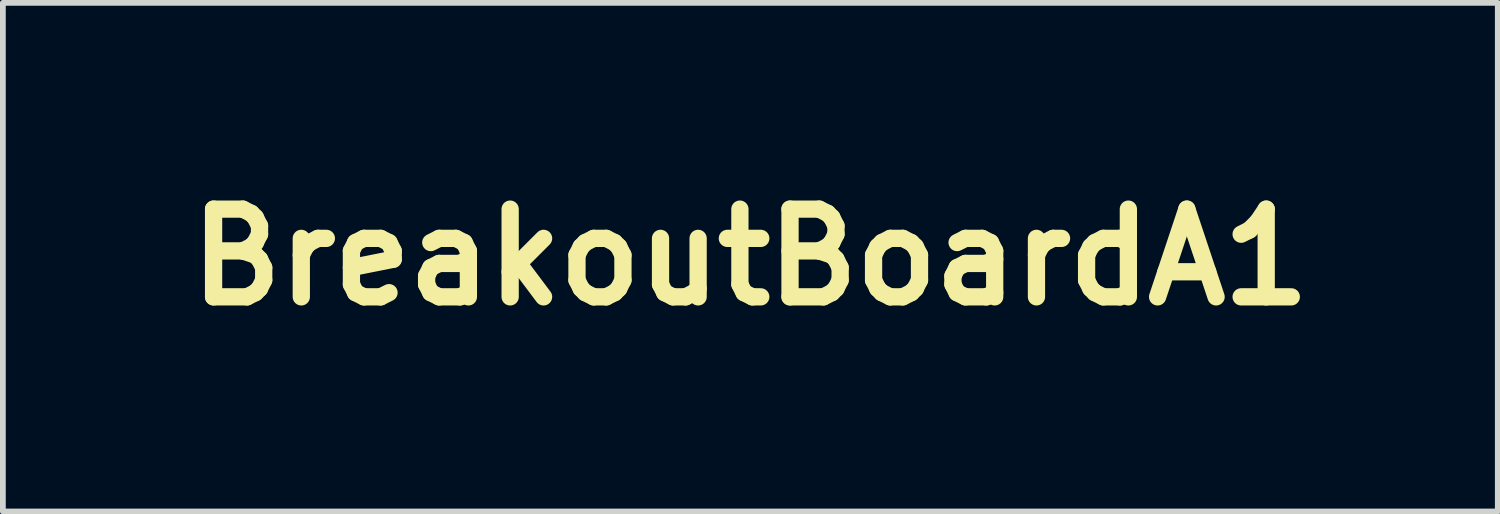
<source format=kicad_pcb>
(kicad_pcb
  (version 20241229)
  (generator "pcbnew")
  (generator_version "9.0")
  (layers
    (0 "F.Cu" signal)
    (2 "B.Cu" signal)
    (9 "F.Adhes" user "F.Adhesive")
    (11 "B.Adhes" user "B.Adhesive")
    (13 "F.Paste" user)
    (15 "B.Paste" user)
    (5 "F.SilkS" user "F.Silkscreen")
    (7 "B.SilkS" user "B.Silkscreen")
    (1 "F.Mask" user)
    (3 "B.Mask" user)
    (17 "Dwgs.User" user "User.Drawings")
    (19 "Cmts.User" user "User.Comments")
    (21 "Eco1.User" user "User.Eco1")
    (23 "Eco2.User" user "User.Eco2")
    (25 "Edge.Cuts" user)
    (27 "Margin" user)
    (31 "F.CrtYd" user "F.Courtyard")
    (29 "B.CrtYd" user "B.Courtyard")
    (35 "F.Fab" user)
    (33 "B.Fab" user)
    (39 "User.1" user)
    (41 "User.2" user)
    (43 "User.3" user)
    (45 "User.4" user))
  (footprint "BreakoutBoardA1"
    (layer "F.Cu")
    (at 9.986 1.418)
    (property "Reference" "BreakoutBoardA1" (at 0 0 0) (layer "F.SilkS") (effects (font (size 1.524 1.524) (thickness 0.3))))
    (attr through_hole)
    (fp_poly (pts (xy -3.353 -0.219) (xy -3.565 -0.219) (xy -3.565 -0.938) (xy -3.353 -0.938) (xy -3.353 -0.219)) (stroke (width 0.01) (type solid)) (fill yes) (layer "F.Mask"))
    (fp_poly (pts (xy -3.345 -1.067) (xy -3.572 -1.067) (xy -3.572 -1.272) (xy -3.345 -1.272) (xy -3.345 -1.067)) (stroke (width 0.01) (type solid)) (fill yes) (layer "F.Mask"))
    (fp_poly (pts (xy 7.349 1.09) (xy 7.569 1.09) (xy 7.569 1.272) (xy 6.91 1.272) (xy 6.91 1.09) (xy 7.13 1.09) (xy 7.13 0.802) (xy 7.129 0.738) (xy 7.129 0.679) (xy 7.129 0.626) (xy 7.128 0.582) (xy 7.127 0.547) (xy 7.126 0.524) (xy 7.125 0.515) (xy 7.125 0.515) (xy 7.117 0.518) (xy 7.099 0.528) (xy 7.072 0.543) (xy 7.04 0.562) (xy 7.028 0.569) (xy 6.995 0.588) (xy 6.966 0.605) (xy 6.944 0.618) (xy 6.932 0.625) (xy 6.931 0.626) (xy 6.929 0.62) (xy 6.927 0.602) (xy 6.926 0.574) (xy 6.925 0.539) (xy 6.925 0.532) (xy 6.925 0.435) (xy 7.07 0.35) (xy 7.215 0.265) (xy 7.349 0.265) (xy 7.349 1.09)) (stroke (width 0.01) (type solid)) (fill yes) (layer "F.Mask"))
    (fp_poly (pts (xy -3.622 0.855) (xy -3.49 0.704) (xy -3.359 0.553) (xy -3.102 0.553) (xy -3.14 0.596) (xy -3.156 0.615) (xy -3.18 0.642) (xy -3.211 0.677) (xy -3.244 0.715) (xy -3.28 0.755) (xy -3.291 0.768) (xy -3.405 0.896) (xy -3.388 0.916) (xy -3.379 0.926) (xy -3.361 0.947) (xy -3.337 0.975) (xy -3.307 1.01) (xy -3.272 1.05) (xy -3.235 1.093) (xy -3.232 1.096) (xy -3.195 1.138) (xy -3.162 1.177) (xy -3.134 1.21) (xy -3.112 1.237) (xy -3.096 1.255) (xy -3.089 1.264) (xy -3.089 1.265) (xy -3.096 1.267) (xy -3.115 1.269) (xy -3.145 1.27) (xy -3.184 1.271) (xy -3.215 1.272) (xy -3.344 1.272) (xy -3.483 1.112) (xy -3.622 0.952) (xy -3.624 1.112) (xy -3.626 1.272) (xy -3.837 1.272) (xy -3.837 0.227) (xy -3.625 0.227) (xy -3.622 0.855)) (stroke (width 0.01) (type solid)) (fill yes) (layer "F.Mask"))
    (fp_poly (pts (xy -6.005 0.539) (xy -5.991 0.544) (xy -5.984 0.556) (xy -5.98 0.576) (xy -5.979 0.607) (xy -5.979 0.645) (xy -5.979 0.685) (xy -5.98 0.712) (xy -5.981 0.729) (xy -5.984 0.737) (xy -5.988 0.739) (xy -5.992 0.738) (xy -6.007 0.734) (xy -6.03 0.729) (xy -6.051 0.725) (xy -6.1 0.722) (xy -6.147 0.731) (xy -6.188 0.751) (xy -6.221 0.78) (xy -6.239 0.809) (xy -6.242 0.824) (xy -6.245 0.853) (xy -6.247 0.896) (xy -6.249 0.953) (xy -6.251 1.022) (xy -6.252 1.048) (xy -6.255 1.268) (xy -6.363 1.27) (xy -6.471 1.272) (xy -6.471 0.963) (xy -6.471 0.894) (xy -6.472 0.828) (xy -6.472 0.766) (xy -6.473 0.711) (xy -6.474 0.665) (xy -6.475 0.63) (xy -6.476 0.607) (xy -6.476 0.603) (xy -6.481 0.552) (xy -6.379 0.554) (xy -6.278 0.556) (xy -6.272 0.611) (xy -6.265 0.667) (xy -6.244 0.633) (xy -6.209 0.592) (xy -6.165 0.561) (xy -6.112 0.543) (xy -6.057 0.538) (xy -6.027 0.537) (xy -6.005 0.539)) (stroke (width 0.01) (type solid)) (fill yes) (layer "F.Mask"))
    (fp_poly (pts (xy -0.677 0.325) (xy -0.675 0.345) (xy -0.674 0.374) (xy -0.674 0.412) (xy -0.674 0.435) (xy -0.674 0.553) (xy -0.492 0.553) (xy -0.492 0.711) (xy -0.674 0.711) (xy -0.674 0.863) (xy -0.673 0.918) (xy -0.673 0.96) (xy -0.671 0.992) (xy -0.669 1.015) (xy -0.665 1.033) (xy -0.661 1.045) (xy -0.647 1.071) (xy -0.625 1.088) (xy -0.595 1.097) (xy -0.554 1.1) (xy -0.547 1.1) (xy -0.492 1.1) (xy -0.492 1.262) (xy -0.526 1.271) (xy -0.561 1.276) (xy -0.603 1.278) (xy -0.648 1.277) (xy -0.689 1.273) (xy -0.712 1.267) (xy -0.766 1.243) (xy -0.812 1.208) (xy -0.848 1.162) (xy -0.872 1.11) (xy -0.877 1.089) (xy -0.88 1.07) (xy -0.882 1.039) (xy -0.884 0.999) (xy -0.885 0.952) (xy -0.885 0.901) (xy -0.886 0.881) (xy -0.886 0.711) (xy -1.022 0.711) (xy -1.022 0.553) (xy -0.886 0.553) (xy -0.886 0.381) (xy -0.785 0.349) (xy -0.748 0.338) (xy -0.716 0.328) (xy -0.693 0.322) (xy -0.68 0.318) (xy -0.679 0.318) (xy -0.677 0.325)) (stroke (width 0.01) (type solid)) (fill yes) (layer "F.Mask"))
    (fp_poly (pts (xy 3.567 -1.169) (xy 3.569 -1.159) (xy 3.571 -1.139) (xy 3.572 -1.107) (xy 3.572 -1.061) (xy 3.572 -1.057) (xy 3.572 -0.938) (xy 3.754 -0.938) (xy 3.754 -0.772) (xy 3.571 -0.772) (xy 3.574 -0.615) (xy 3.575 -0.561) (xy 3.576 -0.519) (xy 3.578 -0.488) (xy 3.58 -0.466) (xy 3.583 -0.45) (xy 3.587 -0.438) (xy 3.59 -0.433) (xy 3.611 -0.407) (xy 3.643 -0.392) (xy 3.686 -0.387) (xy 3.707 -0.387) (xy 3.754 -0.391) (xy 3.75 -0.224) (xy 3.729 -0.219) (xy 3.696 -0.213) (xy 3.654 -0.209) (xy 3.612 -0.209) (xy 3.576 -0.211) (xy 3.576 -0.212) (xy 3.516 -0.227) (xy 3.464 -0.255) (xy 3.423 -0.292) (xy 3.401 -0.322) (xy 3.389 -0.345) (xy 3.379 -0.369) (xy 3.372 -0.394) (xy 3.367 -0.425) (xy 3.363 -0.462) (xy 3.361 -0.509) (xy 3.361 -0.567) (xy 3.361 -0.604) (xy 3.36 -0.772) (xy 3.224 -0.772) (xy 3.224 -0.938) (xy 3.36 -0.938) (xy 3.36 -1.104) (xy 3.457 -1.136) (xy 3.493 -1.148) (xy 3.525 -1.158) (xy 3.549 -1.166) (xy 3.562 -1.171) (xy 3.563 -1.171) (xy 3.567 -1.169)) (stroke (width 0.01) (type solid)) (fill yes) (layer "F.Mask"))
    (fp_poly (pts (xy 3.863 0.539) (xy 3.877 0.545) (xy 3.886 0.556) (xy 3.889 0.576) (xy 3.89 0.607) (xy 3.89 0.645) (xy 3.89 0.685) (xy 3.889 0.712) (xy 3.888 0.729) (xy 3.885 0.737) (xy 3.881 0.739) (xy 3.877 0.738) (xy 3.826 0.724) (xy 3.775 0.722) (xy 3.728 0.729) (xy 3.686 0.747) (xy 3.654 0.773) (xy 3.644 0.786) (xy 3.635 0.803) (xy 3.627 0.822) (xy 3.621 0.846) (xy 3.616 0.876) (xy 3.613 0.914) (xy 3.611 0.962) (xy 3.61 1.021) (xy 3.61 1.083) (xy 3.61 1.272) (xy 3.398 1.272) (xy 3.398 0.981) (xy 3.398 0.913) (xy 3.398 0.847) (xy 3.397 0.785) (xy 3.396 0.729) (xy 3.396 0.682) (xy 3.394 0.645) (xy 3.393 0.622) (xy 3.393 0.622) (xy 3.388 0.553) (xy 3.487 0.553) (xy 3.529 0.552) (xy 3.557 0.553) (xy 3.576 0.556) (xy 3.587 0.564) (xy 3.593 0.576) (xy 3.596 0.596) (xy 3.599 0.623) (xy 3.604 0.667) (xy 3.625 0.634) (xy 3.66 0.592) (xy 3.704 0.562) (xy 3.756 0.543) (xy 3.807 0.538) (xy 3.84 0.538) (xy 3.863 0.539)) (stroke (width 0.01) (type solid)) (fill yes) (layer "F.Mask"))
    (fp_poly (pts (xy -6.348 -0.937) (xy -6.24 -0.935) (xy -6.236 -0.685) (xy -6.235 -0.61) (xy -6.234 -0.549) (xy -6.232 -0.501) (xy -6.23 -0.465) (xy -6.228 -0.439) (xy -6.225 -0.424) (xy -6.223 -0.418) (xy -6.202 -0.397) (xy -6.171 -0.383) (xy -6.131 -0.378) (xy -6.086 -0.383) (xy -6.049 -0.399) (xy -6.019 -0.427) (xy -5.999 -0.458) (xy -5.995 -0.467) (xy -5.991 -0.477) (xy -5.988 -0.49) (xy -5.986 -0.507) (xy -5.984 -0.53) (xy -5.983 -0.561) (xy -5.982 -0.602) (xy -5.981 -0.654) (xy -5.98 -0.713) (xy -5.978 -0.938) (xy -5.767 -0.938) (xy -5.767 -0.219) (xy -5.972 -0.219) (xy -5.972 -0.265) (xy -5.972 -0.289) (xy -5.974 -0.305) (xy -5.976 -0.31) (xy -5.983 -0.305) (xy -5.995 -0.292) (xy -6.003 -0.284) (xy -6.04 -0.252) (xy -6.087 -0.229) (xy -6.141 -0.214) (xy -6.198 -0.208) (xy -6.25 -0.212) (xy -6.309 -0.229) (xy -6.359 -0.257) (xy -6.398 -0.297) (xy -6.426 -0.347) (xy -6.445 -0.409) (xy -6.448 -0.424) (xy -6.45 -0.444) (xy -6.452 -0.477) (xy -6.453 -0.52) (xy -6.455 -0.571) (xy -6.455 -0.628) (xy -6.456 -0.688) (xy -6.456 -0.706) (xy -6.456 -0.939) (xy -6.348 -0.937)) (stroke (width 0.01) (type solid)) (fill yes) (layer "F.Mask"))
    (fp_poly (pts (xy 5.444 -0.948) (xy 5.459 -0.943) (xy 5.467 -0.931) (xy 5.471 -0.91) (xy 5.472 -0.879) (xy 5.472 -0.841) (xy 5.472 -0.742) (xy 5.441 -0.753) (xy 5.396 -0.763) (xy 5.349 -0.764) (xy 5.304 -0.755) (xy 5.265 -0.738) (xy 5.24 -0.718) (xy 5.228 -0.704) (xy 5.218 -0.69) (xy 5.211 -0.674) (xy 5.205 -0.654) (xy 5.201 -0.629) (xy 5.198 -0.595) (xy 5.196 -0.553) (xy 5.195 -0.499) (xy 5.194 -0.431) (xy 5.193 -0.43) (xy 5.191 -0.219) (xy 4.98 -0.219) (xy 4.98 -0.517) (xy 4.98 -0.585) (xy 4.98 -0.651) (xy 4.979 -0.713) (xy 4.978 -0.768) (xy 4.977 -0.815) (xy 4.976 -0.851) (xy 4.975 -0.874) (xy 4.975 -0.876) (xy 4.97 -0.938) (xy 5.069 -0.938) (xy 5.111 -0.939) (xy 5.139 -0.938) (xy 5.158 -0.935) (xy 5.169 -0.927) (xy 5.175 -0.915) (xy 5.178 -0.894) (xy 5.181 -0.868) (xy 5.184 -0.843) (xy 5.186 -0.832) (xy 5.19 -0.832) (xy 5.197 -0.84) (xy 5.198 -0.841) (xy 5.235 -0.886) (xy 5.28 -0.921) (xy 5.294 -0.929) (xy 5.319 -0.941) (xy 5.343 -0.947) (xy 5.374 -0.949) (xy 5.389 -0.95) (xy 5.421 -0.95) (xy 5.444 -0.948)) (stroke (width 0.01) (type solid)) (fill yes) (layer "F.Mask"))
    (fp_poly (pts (xy -5.253 -0.706) (xy -5.252 -0.645) (xy -5.252 -0.588) (xy -5.25 -0.538) (xy -5.249 -0.497) (xy -5.247 -0.466) (xy -5.245 -0.448) (xy -5.245 -0.446) (xy -5.231 -0.415) (xy -5.21 -0.395) (xy -5.178 -0.383) (xy -5.15 -0.38) (xy -5.121 -0.379) (xy -5.099 -0.382) (xy -5.08 -0.39) (xy -5.069 -0.396) (xy -5.04 -0.42) (xy -5.018 -0.448) (xy -5.013 -0.457) (xy -5.008 -0.467) (xy -5.005 -0.477) (xy -5.003 -0.492) (xy -5.001 -0.511) (xy -4.999 -0.537) (xy -4.998 -0.572) (xy -4.998 -0.618) (xy -4.997 -0.676) (xy -4.997 -0.71) (xy -4.994 -0.939) (xy -4.887 -0.937) (xy -4.78 -0.935) (xy -4.778 -0.577) (xy -4.776 -0.219) (xy -4.988 -0.219) (xy -4.988 -0.315) (xy -5.028 -0.276) (xy -5.076 -0.24) (xy -5.13 -0.217) (xy -5.191 -0.208) (xy -5.256 -0.212) (xy -5.317 -0.227) (xy -5.367 -0.253) (xy -5.406 -0.29) (xy -5.423 -0.314) (xy -5.435 -0.334) (xy -5.444 -0.354) (xy -5.451 -0.375) (xy -5.457 -0.399) (xy -5.461 -0.427) (xy -5.464 -0.462) (xy -5.466 -0.506) (xy -5.467 -0.56) (xy -5.467 -0.626) (xy -5.468 -0.685) (xy -5.468 -0.935) (xy -5.36 -0.937) (xy -5.253 -0.939) (xy -5.253 -0.706)) (stroke (width 0.01) (type solid)) (fill yes) (layer "F.Mask"))
    (fp_poly (pts (xy -4.45 -0.939) (xy -4.416 -0.938) (xy -4.387 -0.936) (xy -4.365 -0.933) (xy -4.354 -0.929) (xy -4.354 -0.929) (xy -4.349 -0.92) (xy -4.34 -0.898) (xy -4.327 -0.866) (xy -4.311 -0.826) (xy -4.292 -0.78) (xy -4.272 -0.73) (xy -4.252 -0.678) (xy -4.232 -0.629) (xy -4.215 -0.585) (xy -4.2 -0.548) (xy -4.189 -0.521) (xy -4.184 -0.507) (xy -4.169 -0.473) (xy -4.094 -0.658) (xy -4.073 -0.711) (xy -4.052 -0.762) (xy -4.033 -0.808) (xy -4.017 -0.847) (xy -4.005 -0.876) (xy -3.999 -0.891) (xy -3.979 -0.939) (xy -3.878 -0.937) (xy -3.837 -0.935) (xy -3.804 -0.933) (xy -3.784 -0.93) (xy -3.776 -0.927) (xy -3.776 -0.927) (xy -3.779 -0.919) (xy -3.788 -0.898) (xy -3.801 -0.866) (xy -3.819 -0.825) (xy -3.84 -0.774) (xy -3.865 -0.717) (xy -3.893 -0.654) (xy -3.922 -0.586) (xy -3.93 -0.57) (xy -4.083 -0.22) (xy -4.174 -0.22) (xy -4.266 -0.219) (xy -4.419 -0.57) (xy -4.448 -0.638) (xy -4.476 -0.703) (xy -4.502 -0.762) (xy -4.524 -0.814) (xy -4.543 -0.858) (xy -4.557 -0.893) (xy -4.567 -0.917) (xy -4.571 -0.929) (xy -4.571 -0.929) (xy -4.564 -0.933) (xy -4.546 -0.936) (xy -4.518 -0.938) (xy -4.485 -0.939) (xy -4.45 -0.939)) (stroke (width 0.01) (type solid)) (fill yes) (layer "F.Mask"))
    (fp_poly (pts (xy -1.717 0.802) (xy -1.716 0.87) (xy -1.715 0.925) (xy -1.714 0.967) (xy -1.713 1) (xy -1.712 1.024) (xy -1.71 1.042) (xy -1.708 1.054) (xy -1.705 1.062) (xy -1.701 1.069) (xy -1.698 1.072) (xy -1.674 1.094) (xy -1.64 1.107) (xy -1.603 1.11) (xy -1.564 1.104) (xy -1.529 1.088) (xy -1.528 1.087) (xy -1.508 1.07) (xy -1.49 1.047) (xy -1.483 1.037) (xy -1.478 1.027) (xy -1.474 1.017) (xy -1.47 1.006) (xy -1.468 0.992) (xy -1.466 0.972) (xy -1.465 0.945) (xy -1.464 0.91) (xy -1.463 0.864) (xy -1.462 0.805) (xy -1.462 0.778) (xy -1.46 0.553) (xy -1.241 0.553) (xy -1.243 0.91) (xy -1.245 1.268) (xy -1.349 1.27) (xy -1.453 1.272) (xy -1.453 1.172) (xy -1.487 1.207) (xy -1.522 1.238) (xy -1.558 1.258) (xy -1.6 1.271) (xy -1.652 1.276) (xy -1.661 1.277) (xy -1.705 1.277) (xy -1.741 1.273) (xy -1.76 1.269) (xy -1.816 1.244) (xy -1.861 1.208) (xy -1.895 1.163) (xy -1.916 1.113) (xy -1.921 1.099) (xy -1.924 1.084) (xy -1.927 1.067) (xy -1.929 1.047) (xy -1.931 1.021) (xy -1.933 0.987) (xy -1.934 0.944) (xy -1.935 0.89) (xy -1.936 0.823) (xy -1.936 0.808) (xy -1.939 0.553) (xy -1.719 0.553) (xy -1.717 0.802)) (stroke (width 0.01) (type solid)) (fill yes) (layer "F.Mask"))
    (fp_poly (pts (xy -4.504 0.543) (xy -4.447 0.567) (xy -4.397 0.603) (xy -4.392 0.608) (xy -4.359 0.639) (xy -4.359 0.553) (xy -4.148 0.553) (xy -4.148 1.272) (xy -4.252 1.27) (xy -4.356 1.268) (xy -4.358 1.224) (xy -4.36 1.18) (xy -4.398 1.214) (xy -4.444 1.246) (xy -4.499 1.267) (xy -4.558 1.278) (xy -4.62 1.277) (xy -4.679 1.265) (xy -4.727 1.246) (xy -4.766 1.221) (xy -4.803 1.187) (xy -4.806 1.184) (xy -4.845 1.13) (xy -4.874 1.066) (xy -4.891 0.993) (xy -4.897 0.912) (xy -4.897 0.91) (xy -4.895 0.888) (xy -4.683 0.888) (xy -4.683 0.942) (xy -4.674 0.993) (xy -4.656 1.037) (xy -4.632 1.072) (xy -4.602 1.095) (xy -4.564 1.108) (xy -4.52 1.113) (xy -4.476 1.109) (xy -4.443 1.098) (xy -4.409 1.072) (xy -4.384 1.036) (xy -4.367 0.989) (xy -4.36 0.929) (xy -4.359 0.905) (xy -4.364 0.843) (xy -4.379 0.791) (xy -4.403 0.75) (xy -4.437 0.721) (xy -4.476 0.705) (xy -4.527 0.699) (xy -4.572 0.706) (xy -4.611 0.727) (xy -4.643 0.761) (xy -4.666 0.807) (xy -4.674 0.833) (xy -4.683 0.888) (xy -4.895 0.888) (xy -4.891 0.829) (xy -4.874 0.756) (xy -4.846 0.692) (xy -4.808 0.637) (xy -4.762 0.593) (xy -4.706 0.56) (xy -4.643 0.54) (xy -4.631 0.537) (xy -4.566 0.533) (xy -4.504 0.543)) (stroke (width 0.01) (type solid)) (fill yes) (layer "F.Mask"))
    (fp_poly (pts (xy 2.726 0.541) (xy 2.782 0.561) (xy 2.833 0.594) (xy 2.851 0.611) (xy 2.884 0.643) (xy 2.884 0.553) (xy 3.096 0.553) (xy 3.096 1.272) (xy 2.884 1.272) (xy 2.884 1.171) (xy 2.853 1.203) (xy 2.811 1.238) (xy 2.764 1.261) (xy 2.709 1.274) (xy 2.668 1.277) (xy 2.625 1.277) (xy 2.589 1.273) (xy 2.57 1.269) (xy 2.504 1.24) (xy 2.45 1.202) (xy 2.407 1.153) (xy 2.375 1.094) (xy 2.354 1.024) (xy 2.344 0.944) (xy 2.343 0.908) (xy 2.343 0.907) (xy 2.557 0.907) (xy 2.56 0.968) (xy 2.573 1.018) (xy 2.593 1.057) (xy 2.624 1.086) (xy 2.638 1.095) (xy 2.671 1.107) (xy 2.711 1.113) (xy 2.752 1.111) (xy 2.787 1.102) (xy 2.79 1.1) (xy 2.824 1.076) (xy 2.85 1.042) (xy 2.868 1) (xy 2.879 0.952) (xy 2.882 0.903) (xy 2.878 0.853) (xy 2.865 0.806) (xy 2.845 0.765) (xy 2.816 0.732) (xy 2.799 0.719) (xy 2.758 0.703) (xy 2.714 0.699) (xy 2.67 0.707) (xy 2.63 0.726) (xy 2.611 0.742) (xy 2.583 0.779) (xy 2.565 0.827) (xy 2.557 0.885) (xy 2.557 0.907) (xy 2.343 0.907) (xy 2.346 0.838) (xy 2.356 0.778) (xy 2.375 0.725) (xy 2.403 0.674) (xy 2.407 0.667) (xy 2.448 0.618) (xy 2.497 0.58) (xy 2.551 0.552) (xy 2.609 0.537) (xy 2.668 0.533) (xy 2.726 0.541)) (stroke (width 0.01) (type solid)) (fill yes) (layer "F.Mask"))
    (fp_poly (pts (xy 2.874 -0.948) (xy 2.917 -0.939) (xy 2.956 -0.927) (xy 2.994 -0.912) (xy 3.026 -0.896) (xy 3.051 -0.881) (xy 3.059 -0.873) (xy 3.061 -0.862) (xy 3.058 -0.841) (xy 3.048 -0.809) (xy 3.031 -0.765) (xy 3.023 -0.745) (xy 3.012 -0.719) (xy 2.972 -0.741) (xy 2.914 -0.768) (xy 2.858 -0.782) (xy 2.804 -0.785) (xy 2.754 -0.777) (xy 2.712 -0.757) (xy 2.678 -0.726) (xy 2.658 -0.692) (xy 2.644 -0.648) (xy 2.637 -0.6) (xy 2.637 -0.553) (xy 2.648 -0.495) (xy 2.668 -0.449) (xy 2.698 -0.414) (xy 2.737 -0.39) (xy 2.776 -0.378) (xy 2.826 -0.374) (xy 2.881 -0.381) (xy 2.934 -0.398) (xy 2.981 -0.424) (xy 2.987 -0.428) (xy 3.011 -0.446) (xy 3.038 -0.376) (xy 3.05 -0.346) (xy 3.059 -0.321) (xy 3.064 -0.304) (xy 3.065 -0.299) (xy 3.059 -0.289) (xy 3.041 -0.276) (xy 3.017 -0.261) (xy 2.987 -0.246) (xy 2.981 -0.243) (xy 2.933 -0.228) (xy 2.877 -0.216) (xy 2.817 -0.209) (xy 2.76 -0.208) (xy 2.72 -0.212) (xy 2.657 -0.227) (xy 2.597 -0.251) (xy 2.545 -0.282) (xy 2.502 -0.319) (xy 2.491 -0.331) (xy 2.456 -0.387) (xy 2.432 -0.451) (xy 2.418 -0.52) (xy 2.416 -0.591) (xy 2.424 -0.662) (xy 2.443 -0.729) (xy 2.472 -0.789) (xy 2.485 -0.809) (xy 2.532 -0.86) (xy 2.588 -0.9) (xy 2.652 -0.93) (xy 2.722 -0.948) (xy 2.797 -0.954) (xy 2.874 -0.948)) (stroke (width 0.01) (type solid)) (fill yes) (layer "F.Mask"))
    (fp_poly (pts (xy 4.814 1.272) (xy 4.602 1.272) (xy 4.602 1.17) (xy 4.579 1.198) (xy 4.559 1.216) (xy 4.53 1.236) (xy 4.506 1.25) (xy 4.478 1.263) (xy 4.453 1.271) (xy 4.426 1.275) (xy 4.391 1.276) (xy 4.357 1.277) (xy 4.325 1.275) (xy 4.301 1.272) (xy 4.297 1.271) (xy 4.243 1.251) (xy 4.193 1.217) (xy 4.166 1.192) (xy 4.125 1.145) (xy 4.096 1.092) (xy 4.076 1.031) (xy 4.066 0.962) (xy 4.063 0.904) (xy 4.276 0.904) (xy 4.281 0.964) (xy 4.295 1.016) (xy 4.318 1.058) (xy 4.348 1.089) (xy 4.375 1.104) (xy 4.4 1.11) (xy 4.433 1.112) (xy 4.468 1.11) (xy 4.497 1.105) (xy 4.505 1.102) (xy 4.542 1.078) (xy 4.571 1.042) (xy 4.59 0.994) (xy 4.599 0.935) (xy 4.6 0.93) (xy 4.599 0.868) (xy 4.588 0.815) (xy 4.567 0.77) (xy 4.539 0.735) (xy 4.503 0.711) (xy 4.461 0.699) (xy 4.413 0.701) (xy 4.399 0.704) (xy 4.355 0.721) (xy 4.32 0.749) (xy 4.296 0.789) (xy 4.281 0.84) (xy 4.276 0.902) (xy 4.276 0.904) (xy 4.063 0.904) (xy 4.066 0.838) (xy 4.074 0.782) (xy 4.09 0.733) (xy 4.108 0.693) (xy 4.144 0.64) (xy 4.189 0.597) (xy 4.241 0.565) (xy 4.297 0.544) (xy 4.356 0.534) (xy 4.415 0.536) (xy 4.473 0.55) (xy 4.527 0.576) (xy 4.569 0.609) (xy 4.602 0.641) (xy 4.602 0.227) (xy 4.814 0.227) (xy 4.814 1.272)) (stroke (width 0.01) (type solid)) (fill yes) (layer "F.Mask"))
    (fp_poly (pts (xy 1.775 0.536) (xy 1.85 0.55) (xy 1.919 0.574) (xy 1.933 0.58) (xy 1.984 0.615) (xy 2.027 0.659) (xy 2.062 0.713) (xy 2.087 0.773) (xy 2.102 0.837) (xy 2.108 0.903) (xy 2.104 0.97) (xy 2.09 1.035) (xy 2.066 1.096) (xy 2.031 1.151) (xy 2.005 1.18) (xy 1.958 1.219) (xy 1.906 1.247) (xy 1.847 1.265) (xy 1.778 1.275) (xy 1.752 1.276) (xy 1.715 1.276) (xy 1.679 1.276) (xy 1.651 1.274) (xy 1.639 1.272) (xy 1.567 1.249) (xy 1.505 1.216) (xy 1.453 1.171) (xy 1.411 1.118) (xy 1.381 1.056) (xy 1.362 0.986) (xy 1.356 0.91) (xy 1.356 0.904) (xy 1.573 0.904) (xy 1.573 0.912) (xy 1.576 0.97) (xy 1.586 1.016) (xy 1.604 1.052) (xy 1.618 1.07) (xy 1.642 1.091) (xy 1.669 1.104) (xy 1.701 1.11) (xy 1.741 1.111) (xy 1.773 1.109) (xy 1.795 1.105) (xy 1.812 1.098) (xy 1.827 1.088) (xy 1.853 1.062) (xy 1.872 1.032) (xy 1.884 0.994) (xy 1.89 0.945) (xy 1.891 0.932) (xy 1.891 0.871) (xy 1.885 0.822) (xy 1.872 0.783) (xy 1.853 0.754) (xy 1.825 0.726) (xy 1.795 0.71) (xy 1.758 0.702) (xy 1.733 0.701) (xy 1.691 0.704) (xy 1.657 0.716) (xy 1.628 0.737) (xy 1.614 0.753) (xy 1.595 0.78) (xy 1.582 0.812) (xy 1.575 0.852) (xy 1.573 0.904) (xy 1.356 0.904) (xy 1.362 0.833) (xy 1.38 0.761) (xy 1.411 0.697) (xy 1.453 0.642) (xy 1.506 0.597) (xy 1.569 0.563) (xy 1.627 0.544) (xy 1.699 0.534) (xy 1.775 0.536)) (stroke (width 0.01) (type solid)) (fill yes) (layer "F.Mask"))
    (fp_poly (pts (xy 0.031 -0.949) (xy 0.059 -0.947) (xy 0.081 -0.943) (xy 0.102 -0.936) (xy 0.112 -0.932) (xy 0.158 -0.903) (xy 0.195 -0.862) (xy 0.223 -0.812) (xy 0.229 -0.795) (xy 0.233 -0.781) (xy 0.237 -0.767) (xy 0.239 -0.751) (xy 0.242 -0.731) (xy 0.244 -0.706) (xy 0.245 -0.674) (xy 0.246 -0.633) (xy 0.247 -0.581) (xy 0.248 -0.516) (xy 0.248 -0.482) (xy 0.251 -0.219) (xy 0.03 -0.219) (xy 0.03 -0.458) (xy 0.03 -0.531) (xy 0.03 -0.591) (xy 0.028 -0.639) (xy 0.026 -0.677) (xy 0.023 -0.705) (xy 0.018 -0.727) (xy 0.012 -0.743) (xy 0.005 -0.754) (xy -0.005 -0.763) (xy -0.012 -0.768) (xy -0.047 -0.782) (xy -0.087 -0.786) (xy -0.128 -0.779) (xy -0.166 -0.762) (xy -0.189 -0.742) (xy -0.202 -0.729) (xy -0.211 -0.715) (xy -0.219 -0.699) (xy -0.225 -0.68) (xy -0.229 -0.654) (xy -0.232 -0.622) (xy -0.233 -0.581) (xy -0.234 -0.528) (xy -0.235 -0.463) (xy -0.235 -0.436) (xy -0.235 -0.219) (xy -0.444 -0.219) (xy -0.449 -0.554) (xy -0.45 -0.625) (xy -0.452 -0.692) (xy -0.453 -0.753) (xy -0.454 -0.807) (xy -0.456 -0.851) (xy -0.457 -0.885) (xy -0.458 -0.907) (xy -0.459 -0.914) (xy -0.463 -0.938) (xy -0.259 -0.938) (xy -0.255 -0.903) (xy -0.252 -0.877) (xy -0.25 -0.853) (xy -0.25 -0.847) (xy -0.249 -0.837) (xy -0.246 -0.834) (xy -0.239 -0.839) (xy -0.224 -0.853) (xy -0.211 -0.867) (xy -0.182 -0.893) (xy -0.151 -0.917) (xy -0.13 -0.929) (xy -0.108 -0.938) (xy -0.089 -0.944) (xy -0.067 -0.948) (xy -0.038 -0.949) (xy -0.008 -0.95) (xy 0.031 -0.949)) (stroke (width 0.01) (type solid)) (fill yes) (layer "F.Mask"))
    (fp_poly (pts (xy 4.393 -0.951) (xy 4.461 -0.937) (xy 4.526 -0.912) (xy 4.583 -0.876) (xy 4.614 -0.848) (xy 4.652 -0.8) (xy 4.682 -0.742) (xy 4.703 -0.677) (xy 4.714 -0.608) (xy 4.715 -0.575) (xy 4.711 -0.528) (xy 4.7 -0.475) (xy 4.684 -0.423) (xy 4.67 -0.388) (xy 4.637 -0.338) (xy 4.593 -0.294) (xy 4.541 -0.257) (xy 4.483 -0.23) (xy 4.449 -0.22) (xy 4.421 -0.215) (xy 4.386 -0.211) (xy 4.349 -0.209) (xy 4.317 -0.207) (xy 4.294 -0.208) (xy 4.291 -0.209) (xy 4.216 -0.225) (xy 4.153 -0.248) (xy 4.101 -0.277) (xy 4.058 -0.314) (xy 4.052 -0.32) (xy 4.014 -0.371) (xy 3.987 -0.425) (xy 3.97 -0.486) (xy 3.963 -0.557) (xy 3.963 -0.575) (xy 3.963 -0.582) (xy 4.178 -0.582) (xy 4.182 -0.517) (xy 4.195 -0.465) (xy 4.217 -0.424) (xy 4.248 -0.395) (xy 4.288 -0.379) (xy 4.337 -0.373) (xy 4.349 -0.374) (xy 4.379 -0.378) (xy 4.408 -0.387) (xy 4.417 -0.391) (xy 4.45 -0.415) (xy 4.474 -0.449) (xy 4.489 -0.493) (xy 4.497 -0.549) (xy 4.498 -0.579) (xy 4.494 -0.64) (xy 4.483 -0.69) (xy 4.463 -0.728) (xy 4.434 -0.757) (xy 4.413 -0.77) (xy 4.371 -0.784) (xy 4.327 -0.787) (xy 4.284 -0.779) (xy 4.245 -0.761) (xy 4.215 -0.735) (xy 4.21 -0.727) (xy 4.195 -0.699) (xy 4.185 -0.668) (xy 4.179 -0.629) (xy 4.178 -0.582) (xy 3.963 -0.582) (xy 3.968 -0.653) (xy 3.983 -0.722) (xy 4.01 -0.782) (xy 4.048 -0.834) (xy 4.069 -0.855) (xy 4.123 -0.897) (xy 4.185 -0.927) (xy 4.252 -0.946) (xy 4.322 -0.954) (xy 4.393 -0.951)) (stroke (width 0.01) (type solid)) (fill yes) (layer "F.Mask"))
    (fp_poly (pts (xy -1.013 -0.947) (xy -0.942 -0.929) (xy -0.879 -0.899) (xy -0.826 -0.858) (xy -0.782 -0.807) (xy -0.762 -0.772) (xy -0.741 -0.724) (xy -0.728 -0.679) (xy -0.721 -0.629) (xy -0.72 -0.572) (xy -0.721 -0.553) (xy -0.726 -0.493) (xy -0.737 -0.444) (xy -0.754 -0.4) (xy -0.781 -0.356) (xy -0.788 -0.345) (xy -0.83 -0.299) (xy -0.883 -0.262) (xy -0.944 -0.233) (xy -1.012 -0.215) (xy -1.084 -0.208) (xy -1.159 -0.211) (xy -1.162 -0.212) (xy -1.236 -0.229) (xy -1.301 -0.258) (xy -1.356 -0.298) (xy -1.401 -0.348) (xy -1.435 -0.408) (xy -1.457 -0.477) (xy -1.468 -0.554) (xy -1.468 -0.581) (xy -1.468 -0.582) (xy -1.252 -0.582) (xy -1.251 -0.541) (xy -1.248 -0.505) (xy -1.243 -0.478) (xy -1.223 -0.437) (xy -1.193 -0.405) (xy -1.154 -0.383) (xy -1.11 -0.373) (xy -1.061 -0.375) (xy -1.042 -0.379) (xy -1.005 -0.396) (xy -0.974 -0.425) (xy -0.951 -0.462) (xy -0.948 -0.468) (xy -0.941 -0.491) (xy -0.937 -0.52) (xy -0.935 -0.558) (xy -0.935 -0.587) (xy -0.935 -0.624) (xy -0.936 -0.65) (xy -0.939 -0.669) (xy -0.945 -0.686) (xy -0.954 -0.703) (xy -0.958 -0.711) (xy -0.986 -0.749) (xy -1.021 -0.774) (xy -1.063 -0.785) (xy -1.089 -0.787) (xy -1.139 -0.78) (xy -1.182 -0.761) (xy -1.216 -0.731) (xy -1.24 -0.69) (xy -1.242 -0.683) (xy -1.248 -0.658) (xy -1.251 -0.623) (xy -1.252 -0.582) (xy -1.468 -0.582) (xy -1.462 -0.661) (xy -1.443 -0.733) (xy -1.412 -0.796) (xy -1.368 -0.85) (xy -1.367 -0.852) (xy -1.313 -0.895) (xy -1.25 -0.927) (xy -1.178 -0.946) (xy -1.099 -0.953) (xy -1.091 -0.954) (xy -1.013 -0.947)) (stroke (width 0.01) (type solid)) (fill yes) (layer "F.Mask"))
    (fp_poly (pts (xy 1.93 -0.947) (xy 1.995 -0.928) (xy 2.05 -0.897) (xy 2.097 -0.854) (xy 2.135 -0.799) (xy 2.162 -0.734) (xy 2.18 -0.658) (xy 2.184 -0.621) (xy 2.189 -0.56) (xy 1.71 -0.56) (xy 1.715 -0.532) (xy 1.724 -0.489) (xy 1.737 -0.457) (xy 1.756 -0.429) (xy 1.761 -0.423) (xy 1.796 -0.396) (xy 1.839 -0.379) (xy 1.889 -0.372) (xy 1.944 -0.374) (xy 2.002 -0.387) (xy 2.059 -0.409) (xy 2.073 -0.417) (xy 2.095 -0.428) (xy 2.111 -0.434) (xy 2.118 -0.434) (xy 2.121 -0.424) (xy 2.129 -0.404) (xy 2.14 -0.378) (xy 2.145 -0.363) (xy 2.171 -0.299) (xy 2.155 -0.285) (xy 2.119 -0.261) (xy 2.072 -0.241) (xy 2.017 -0.225) (xy 1.958 -0.214) (xy 1.897 -0.209) (xy 1.839 -0.21) (xy 1.82 -0.212) (xy 1.745 -0.229) (xy 1.678 -0.258) (xy 1.622 -0.298) (xy 1.575 -0.348) (xy 1.541 -0.407) (xy 1.517 -0.475) (xy 1.507 -0.551) (xy 1.506 -0.576) (xy 1.51 -0.642) (xy 1.516 -0.675) (xy 1.718 -0.675) (xy 1.722 -0.672) (xy 1.734 -0.669) (xy 1.755 -0.668) (xy 1.788 -0.667) (xy 1.834 -0.666) (xy 1.859 -0.666) (xy 1.999 -0.666) (xy 1.994 -0.691) (xy 1.978 -0.734) (xy 1.952 -0.768) (xy 1.918 -0.791) (xy 1.879 -0.802) (xy 1.836 -0.801) (xy 1.793 -0.786) (xy 1.782 -0.779) (xy 1.763 -0.763) (xy 1.745 -0.738) (xy 1.729 -0.711) (xy 1.72 -0.686) (xy 1.718 -0.675) (xy 1.516 -0.675) (xy 1.521 -0.7) (xy 1.542 -0.755) (xy 1.545 -0.762) (xy 1.581 -0.822) (xy 1.628 -0.872) (xy 1.684 -0.911) (xy 1.748 -0.938) (xy 1.818 -0.952) (xy 1.858 -0.954) (xy 1.93 -0.947)) (stroke (width 0.01) (type solid)) (fill yes) (layer "F.Mask"))
    (fp_poly (pts (xy 1.031 -0.949) (xy 1.06 -0.947) (xy 1.082 -0.943) (xy 1.102 -0.936) (xy 1.106 -0.934) (xy 1.153 -0.904) (xy 1.19 -0.863) (xy 1.218 -0.81) (xy 1.233 -0.758) (xy 1.235 -0.738) (xy 1.237 -0.703) (xy 1.239 -0.656) (xy 1.24 -0.597) (xy 1.241 -0.527) (xy 1.241 -0.469) (xy 1.241 -0.219) (xy 1.03 -0.219) (xy 1.028 -0.464) (xy 1.027 -0.536) (xy 1.026 -0.594) (xy 1.025 -0.641) (xy 1.023 -0.677) (xy 1.019 -0.705) (xy 1.015 -0.725) (xy 1.009 -0.74) (xy 1.002 -0.751) (xy 0.992 -0.76) (xy 0.981 -0.768) (xy 0.98 -0.769) (xy 0.946 -0.783) (xy 0.907 -0.785) (xy 0.866 -0.777) (xy 0.828 -0.759) (xy 0.812 -0.747) (xy 0.799 -0.735) (xy 0.788 -0.723) (xy 0.779 -0.709) (xy 0.772 -0.693) (xy 0.768 -0.671) (xy 0.764 -0.643) (xy 0.762 -0.606) (xy 0.76 -0.56) (xy 0.759 -0.501) (xy 0.758 -0.445) (xy 0.756 -0.219) (xy 0.545 -0.219) (xy 0.545 -0.517) (xy 0.545 -0.585) (xy 0.544 -0.651) (xy 0.544 -0.713) (xy 0.543 -0.768) (xy 0.542 -0.815) (xy 0.541 -0.851) (xy 0.54 -0.874) (xy 0.54 -0.876) (xy 0.535 -0.938) (xy 0.634 -0.938) (xy 0.676 -0.938) (xy 0.706 -0.937) (xy 0.725 -0.934) (xy 0.735 -0.928) (xy 0.74 -0.917) (xy 0.742 -0.902) (xy 0.742 -0.891) (xy 0.743 -0.867) (xy 0.747 -0.85) (xy 0.75 -0.841) (xy 0.755 -0.84) (xy 0.764 -0.848) (xy 0.781 -0.866) (xy 0.781 -0.866) (xy 0.811 -0.894) (xy 0.849 -0.919) (xy 0.861 -0.925) (xy 0.885 -0.936) (xy 0.905 -0.944) (xy 0.925 -0.948) (xy 0.95 -0.949) (xy 0.985 -0.95) (xy 0.991 -0.95) (xy 1.031 -0.949)) (stroke (width 0.01) (type solid)) (fill yes) (layer "F.Mask"))
    (fp_poly (pts (xy -2.538 0.536) (xy -2.492 0.54) (xy -2.467 0.544) (xy -2.398 0.568) (xy -2.338 0.604) (xy -2.287 0.649) (xy -2.247 0.704) (xy -2.219 0.766) (xy -2.218 0.769) (xy -2.201 0.843) (xy -2.197 0.917) (xy -2.204 0.989) (xy -2.223 1.056) (xy -2.251 1.117) (xy -2.29 1.169) (xy -2.339 1.212) (xy -2.344 1.215) (xy -2.388 1.241) (xy -2.432 1.259) (xy -2.481 1.269) (xy -2.539 1.275) (xy -2.554 1.275) (xy -2.59 1.276) (xy -2.622 1.276) (xy -2.646 1.275) (xy -2.657 1.274) (xy -2.73 1.253) (xy -2.794 1.221) (xy -2.848 1.178) (xy -2.892 1.123) (xy -2.924 1.059) (xy -2.929 1.044) (xy -2.94 0.999) (xy -2.946 0.945) (xy -2.947 0.931) (xy -2.731 0.931) (xy -2.731 0.932) (xy -2.724 0.992) (xy -2.708 1.039) (xy -2.685 1.075) (xy -2.652 1.099) (xy -2.641 1.104) (xy -2.617 1.11) (xy -2.584 1.112) (xy -2.549 1.111) (xy -2.518 1.107) (xy -2.502 1.102) (xy -2.474 1.083) (xy -2.448 1.054) (xy -2.429 1.02) (xy -2.422 1.001) (xy -2.417 0.966) (xy -2.414 0.925) (xy -2.414 0.881) (xy -2.418 0.84) (xy -2.424 0.808) (xy -2.426 0.802) (xy -2.448 0.76) (xy -2.481 0.726) (xy -2.501 0.713) (xy -2.527 0.705) (xy -2.561 0.701) (xy -2.598 0.702) (xy -2.63 0.707) (xy -2.646 0.713) (xy -2.68 0.738) (xy -2.706 0.771) (xy -2.722 0.813) (xy -2.73 0.866) (xy -2.731 0.931) (xy -2.947 0.931) (xy -2.947 0.888) (xy -2.943 0.833) (xy -2.934 0.784) (xy -2.933 0.781) (xy -2.906 0.715) (xy -2.867 0.658) (xy -2.818 0.61) (xy -2.758 0.573) (xy -2.69 0.547) (xy -2.679 0.545) (xy -2.638 0.538) (xy -2.589 0.535) (xy -2.538 0.536)) (stroke (width 0.01) (type solid)) (fill yes) (layer "F.Mask"))
    (fp_poly (pts (xy 6.417 0.763) (xy 6.454 0.844) (xy 6.49 0.922) (xy 6.523 0.994) (xy 6.553 1.06) (xy 6.58 1.119) (xy 6.603 1.17) (xy 6.621 1.211) (xy 6.635 1.241) (xy 6.643 1.26) (xy 6.645 1.266) (xy 6.638 1.268) (xy 6.618 1.27) (xy 6.589 1.271) (xy 6.553 1.271) (xy 6.537 1.272) (xy 6.429 1.272) (xy 6.381 1.158) (xy 6.333 1.044) (xy 6.099 1.046) (xy 5.865 1.048) (xy 5.817 1.158) (xy 5.769 1.268) (xy 5.658 1.27) (xy 5.614 1.271) (xy 5.584 1.271) (xy 5.565 1.27) (xy 5.554 1.268) (xy 5.55 1.265) (xy 5.551 1.26) (xy 5.551 1.258) (xy 5.555 1.25) (xy 5.565 1.228) (xy 5.58 1.195) (xy 5.6 1.151) (xy 5.624 1.099) (xy 5.651 1.038) (xy 5.682 0.97) (xy 5.716 0.897) (xy 5.729 0.869) (xy 5.944 0.869) (xy 5.947 0.872) (xy 5.955 0.875) (xy 5.97 0.876) (xy 5.995 0.877) (xy 6.03 0.878) (xy 6.077 0.878) (xy 6.101 0.878) (xy 6.156 0.878) (xy 6.197 0.877) (xy 6.227 0.876) (xy 6.245 0.874) (xy 6.255 0.872) (xy 6.257 0.869) (xy 6.257 0.868) (xy 6.25 0.852) (xy 6.239 0.826) (xy 6.224 0.791) (xy 6.207 0.752) (xy 6.189 0.709) (xy 6.17 0.666) (xy 6.152 0.623) (xy 6.135 0.585) (xy 6.121 0.553) (xy 6.11 0.528) (xy 6.104 0.515) (xy 6.103 0.513) (xy 6.099 0.518) (xy 6.09 0.535) (xy 6.078 0.561) (xy 6.062 0.595) (xy 6.044 0.634) (xy 6.025 0.676) (xy 6.006 0.719) (xy 5.988 0.76) (xy 5.971 0.798) (xy 5.958 0.83) (xy 5.948 0.855) (xy 5.945 0.865) (xy 5.944 0.869) (xy 5.729 0.869) (xy 5.752 0.818) (xy 5.781 0.755) (xy 6.006 0.265) (xy 6.097 0.265) (xy 6.188 0.265) (xy 6.417 0.763)) (stroke (width 0.01) (type solid)) (fill yes) (layer "F.Mask"))
    (fp_poly (pts (xy -1.969 -1.234) (xy -1.897 -1.221) (xy -1.83 -1.202) (xy -1.77 -1.176) (xy -1.722 -1.146) (xy -1.715 -1.141) (xy -1.693 -1.122) (xy -1.726 -1.046) (xy -1.739 -1.015) (xy -1.752 -0.99) (xy -1.761 -0.974) (xy -1.765 -0.969) (xy -1.776 -0.973) (xy -1.792 -0.982) (xy -1.793 -0.983) (xy -1.854 -1.018) (xy -1.919 -1.043) (xy -1.986 -1.056) (xy -2.052 -1.058) (xy -2.114 -1.047) (xy -2.164 -1.028) (xy -2.211 -0.997) (xy -2.248 -0.958) (xy -2.275 -0.909) (xy -2.294 -0.85) (xy -2.304 -0.779) (xy -2.306 -0.753) (xy -2.305 -0.669) (xy -2.294 -0.595) (xy -2.273 -0.532) (xy -2.243 -0.48) (xy -2.202 -0.439) (xy -2.153 -0.41) (xy -2.094 -0.392) (xy -2.058 -0.388) (xy -1.978 -0.39) (xy -1.904 -0.405) (xy -1.834 -0.436) (xy -1.804 -0.454) (xy -1.784 -0.467) (xy -1.769 -0.475) (xy -1.765 -0.477) (xy -1.76 -0.47) (xy -1.75 -0.453) (xy -1.738 -0.427) (xy -1.726 -0.401) (xy -1.712 -0.368) (xy -1.703 -0.345) (xy -1.699 -0.331) (xy -1.699 -0.321) (xy -1.703 -0.314) (xy -1.707 -0.31) (xy -1.723 -0.297) (xy -1.75 -0.281) (xy -1.783 -0.264) (xy -1.82 -0.248) (xy -1.856 -0.234) (xy -1.887 -0.224) (xy -1.888 -0.223) (xy -1.927 -0.216) (xy -1.974 -0.211) (xy -2.026 -0.208) (xy -2.075 -0.208) (xy -2.117 -0.211) (xy -2.128 -0.212) (xy -2.213 -0.233) (xy -2.29 -0.265) (xy -2.358 -0.31) (xy -2.416 -0.366) (xy -2.463 -0.432) (xy -2.5 -0.509) (xy -2.517 -0.564) (xy -2.525 -0.606) (xy -2.53 -0.659) (xy -2.532 -0.717) (xy -2.531 -0.775) (xy -2.527 -0.829) (xy -2.519 -0.874) (xy -2.517 -0.882) (xy -2.5 -0.933) (xy -2.476 -0.987) (xy -2.448 -1.037) (xy -2.418 -1.079) (xy -2.414 -1.084) (xy -2.38 -1.117) (xy -2.335 -1.151) (xy -2.287 -1.18) (xy -2.238 -1.203) (xy -2.226 -1.208) (xy -2.157 -1.226) (xy -2.081 -1.236) (xy -2.005 -1.237) (xy -1.969 -1.234)) (stroke (width 0.01) (type solid)) (fill yes) (layer "F.Mask"))
    (fp_poly (pts (xy -5.402 0.537) (xy -5.335 0.554) (xy -5.275 0.584) (xy -5.225 0.624) (xy -5.185 0.675) (xy -5.155 0.735) (xy -5.137 0.803) (xy -5.131 0.876) (xy -5.131 0.931) (xy -5.366 0.931) (xy -5.434 0.931) (xy -5.487 0.931) (xy -5.529 0.931) (xy -5.559 0.933) (xy -5.58 0.936) (xy -5.593 0.94) (xy -5.6 0.947) (xy -5.601 0.956) (xy -5.598 0.969) (xy -5.593 0.984) (xy -5.589 0.997) (xy -5.57 1.042) (xy -5.542 1.076) (xy -5.505 1.099) (xy -5.456 1.112) (xy -5.453 1.113) (xy -5.395 1.115) (xy -5.332 1.106) (xy -5.27 1.085) (xy -5.254 1.078) (xy -5.228 1.066) (xy -5.208 1.057) (xy -5.197 1.053) (xy -5.196 1.053) (xy -5.193 1.061) (xy -5.185 1.079) (xy -5.175 1.105) (xy -5.169 1.119) (xy -5.157 1.153) (xy -5.15 1.176) (xy -5.15 1.191) (xy -5.152 1.195) (xy -5.165 1.207) (xy -5.189 1.222) (xy -5.22 1.237) (xy -5.255 1.251) (xy -5.289 1.263) (xy -5.31 1.268) (xy -5.351 1.274) (xy -5.399 1.277) (xy -5.448 1.278) (xy -5.493 1.275) (xy -5.521 1.271) (xy -5.594 1.249) (xy -5.657 1.216) (xy -5.71 1.172) (xy -5.753 1.118) (xy -5.784 1.054) (xy -5.794 1.02) (xy -5.801 0.984) (xy -5.804 0.939) (xy -5.804 0.891) (xy -5.802 0.844) (xy -5.796 0.805) (xy -5.795 0.798) (xy -5.593 0.798) (xy -5.592 0.806) (xy -5.584 0.812) (xy -5.567 0.815) (xy -5.539 0.817) (xy -5.5 0.817) (xy -5.453 0.817) (xy -5.313 0.817) (xy -5.318 0.797) (xy -5.335 0.751) (xy -5.361 0.718) (xy -5.396 0.696) (xy -5.439 0.687) (xy -5.448 0.686) (xy -5.495 0.692) (xy -5.533 0.71) (xy -5.564 0.741) (xy -5.581 0.77) (xy -5.589 0.786) (xy -5.593 0.798) (xy -5.795 0.798) (xy -5.794 0.796) (xy -5.768 0.727) (xy -5.732 0.667) (xy -5.685 0.617) (xy -5.63 0.577) (xy -5.567 0.55) (xy -5.5 0.535) (xy -5.428 0.534) (xy -5.402 0.537)) (stroke (width 0.01) (type solid)) (fill yes) (layer "F.Mask"))
    (fp_poly (pts (xy -7.313 -1.226) (xy -7.234 -1.226) (xy -7.168 -1.225) (xy -7.113 -1.224) (xy -7.068 -1.221) (xy -7.031 -1.218) (xy -7.001 -1.214) (xy -6.974 -1.208) (xy -6.95 -1.2) (xy -6.927 -1.191) (xy -6.914 -1.186) (xy -6.866 -1.156) (xy -6.824 -1.114) (xy -6.792 -1.065) (xy -6.79 -1.061) (xy -6.781 -1.04) (xy -6.775 -1.022) (xy -6.772 -1.001) (xy -6.77 -0.973) (xy -6.77 -0.935) (xy -6.77 -0.931) (xy -6.77 -0.892) (xy -6.772 -0.864) (xy -6.775 -0.843) (xy -6.78 -0.825) (xy -6.789 -0.806) (xy -6.791 -0.801) (xy -6.815 -0.763) (xy -6.847 -0.727) (xy -6.884 -0.695) (xy -6.921 -0.672) (xy -6.927 -0.669) (xy -6.96 -0.656) (xy -6.93 -0.64) (xy -6.912 -0.629) (xy -6.896 -0.616) (xy -6.881 -0.598) (xy -6.866 -0.575) (xy -6.85 -0.544) (xy -6.832 -0.504) (xy -6.81 -0.453) (xy -6.788 -0.397) (xy -6.77 -0.349) (xy -6.753 -0.306) (xy -6.739 -0.27) (xy -6.729 -0.243) (xy -6.722 -0.226) (xy -6.721 -0.222) (xy -6.728 -0.221) (xy -6.748 -0.22) (xy -6.777 -0.22) (xy -6.814 -0.22) (xy -6.838 -0.219) (xy -6.954 -0.219) (xy -6.969 -0.259) (xy -6.991 -0.315) (xy -7.012 -0.371) (xy -7.032 -0.423) (xy -7.051 -0.471) (xy -7.067 -0.511) (xy -7.079 -0.542) (xy -7.088 -0.562) (xy -7.089 -0.566) (xy -7.102 -0.586) (xy -7.12 -0.601) (xy -7.145 -0.612) (xy -7.179 -0.618) (xy -7.225 -0.62) (xy -7.254 -0.621) (xy -7.349 -0.621) (xy -7.349 -0.219) (xy -7.569 -0.219) (xy -7.569 -0.793) (xy -7.349 -0.793) (xy -7.211 -0.796) (xy -7.161 -0.797) (xy -7.123 -0.798) (xy -7.096 -0.8) (xy -7.075 -0.803) (xy -7.06 -0.807) (xy -7.046 -0.812) (xy -7.039 -0.815) (xy -7.005 -0.838) (xy -6.985 -0.867) (xy -6.976 -0.906) (xy -6.975 -0.923) (xy -6.98 -0.967) (xy -6.998 -1.002) (xy -7.027 -1.028) (xy -7.035 -1.032) (xy -7.047 -1.038) (xy -7.061 -1.042) (xy -7.078 -1.045) (xy -7.102 -1.048) (xy -7.134 -1.049) (xy -7.178 -1.05) (xy -7.207 -1.051) (xy -7.349 -1.053) (xy -7.349 -0.793) (xy -7.569 -0.793) (xy -7.569 -1.226) (xy -7.313 -1.226)) (stroke (width 0.01) (type solid)) (fill yes) (layer "F.Mask"))
    (fp_poly (pts (xy -7.22 0.265) (xy -7.15 0.266) (xy -7.092 0.267) (xy -7.045 0.269) (xy -7.011 0.271) (xy -6.992 0.273) (xy -6.929 0.293) (xy -6.873 0.323) (xy -6.828 0.361) (xy -6.795 0.407) (xy -6.791 0.415) (xy -6.781 0.438) (xy -6.774 0.459) (xy -6.771 0.483) (xy -6.77 0.515) (xy -6.77 0.526) (xy -6.771 0.562) (xy -6.774 0.587) (xy -6.779 0.608) (xy -6.789 0.629) (xy -6.791 0.632) (xy -6.824 0.68) (xy -6.866 0.719) (xy -6.889 0.732) (xy -6.917 0.747) (xy -6.879 0.765) (xy -6.839 0.789) (xy -6.803 0.821) (xy -6.774 0.857) (xy -6.766 0.87) (xy -6.749 0.918) (xy -6.741 0.973) (xy -6.743 1.03) (xy -6.755 1.084) (xy -6.767 1.114) (xy -6.791 1.149) (xy -6.824 1.184) (xy -6.862 1.213) (xy -6.883 1.225) (xy -6.904 1.235) (xy -6.923 1.243) (xy -6.942 1.25) (xy -6.964 1.255) (xy -6.989 1.259) (xy -7.019 1.262) (xy -7.056 1.265) (xy -7.103 1.266) (xy -7.16 1.268) (xy -7.229 1.269) (xy -7.283 1.269) (xy -7.569 1.273) (xy -7.569 1.099) (xy -7.349 1.099) (xy -7.192 1.096) (xy -7.138 1.095) (xy -7.098 1.094) (xy -7.068 1.093) (xy -7.046 1.09) (xy -7.03 1.087) (xy -7.019 1.083) (xy -7.009 1.079) (xy -6.977 1.051) (xy -6.956 1.016) (xy -6.948 0.977) (xy -6.954 0.934) (xy -6.961 0.914) (xy -6.975 0.89) (xy -6.992 0.874) (xy -7.013 0.862) (xy -7.027 0.856) (xy -7.041 0.851) (xy -7.057 0.848) (xy -7.078 0.845) (xy -7.106 0.844) (xy -7.144 0.842) (xy -7.195 0.841) (xy -7.2 0.841) (xy -7.349 0.839) (xy -7.349 1.099) (xy -7.569 1.099) (xy -7.569 0.676) (xy -7.349 0.676) (xy -7.21 0.672) (xy -7.159 0.671) (xy -7.12 0.669) (xy -7.092 0.667) (xy -7.071 0.664) (xy -7.055 0.659) (xy -7.042 0.654) (xy -7.01 0.631) (xy -6.989 0.601) (xy -6.978 0.567) (xy -6.979 0.532) (xy -6.99 0.498) (xy -7.012 0.47) (xy -7.038 0.453) (xy -7.051 0.446) (xy -7.066 0.442) (xy -7.083 0.438) (xy -7.106 0.436) (xy -7.137 0.434) (xy -7.179 0.433) (xy -7.211 0.433) (xy -7.349 0.43) (xy -7.349 0.676) (xy -7.569 0.676) (xy -7.569 0.265) (xy -7.3 0.265) (xy -7.22 0.265)) (stroke (width 0.01) (type solid)) (fill yes) (layer "F.Mask"))
    (fp_poly (pts (xy 0.642 0.265) (xy 0.705 0.265) (xy 0.755 0.266) (xy 0.795 0.267) (xy 0.827 0.269) (xy 0.851 0.271) (xy 0.869 0.274) (xy 0.88 0.276) (xy 0.947 0.3) (xy 1.001 0.332) (xy 1.044 0.373) (xy 1.074 0.423) (xy 1.087 0.462) (xy 1.095 0.521) (xy 1.09 0.577) (xy 1.072 0.63) (xy 1.042 0.676) (xy 1.002 0.714) (xy 0.983 0.725) (xy 0.947 0.747) (xy 0.98 0.763) (xy 1.027 0.793) (xy 1.068 0.832) (xy 1.096 0.874) (xy 1.105 0.893) (xy 1.111 0.91) (xy 1.115 0.931) (xy 1.116 0.958) (xy 1.116 0.991) (xy 1.116 1.029) (xy 1.114 1.055) (xy 1.111 1.075) (xy 1.104 1.093) (xy 1.096 1.109) (xy 1.069 1.149) (xy 1.033 1.187) (xy 0.992 1.217) (xy 0.977 1.226) (xy 0.957 1.236) (xy 0.938 1.244) (xy 0.917 1.25) (xy 0.895 1.256) (xy 0.868 1.26) (xy 0.835 1.263) (xy 0.795 1.265) (xy 0.745 1.267) (xy 0.684 1.268) (xy 0.61 1.269) (xy 0.577 1.27) (xy 0.295 1.273) (xy 0.295 1.097) (xy 0.507 1.097) (xy 0.653 1.097) (xy 0.707 1.097) (xy 0.75 1.096) (xy 0.782 1.094) (xy 0.806 1.091) (xy 0.825 1.087) (xy 0.836 1.084) (xy 0.87 1.065) (xy 0.894 1.038) (xy 0.909 1.005) (xy 0.913 0.969) (xy 0.908 0.933) (xy 0.893 0.9) (xy 0.868 0.873) (xy 0.834 0.854) (xy 0.833 0.854) (xy 0.812 0.85) (xy 0.776 0.847) (xy 0.726 0.845) (xy 0.661 0.844) (xy 0.658 0.844) (xy 0.511 0.844) (xy 0.509 0.971) (xy 0.507 1.097) (xy 0.295 1.097) (xy 0.295 0.547) (xy 0.507 0.547) (xy 0.507 0.587) (xy 0.508 0.623) (xy 0.51 0.65) (xy 0.512 0.666) (xy 0.513 0.669) (xy 0.522 0.671) (xy 0.543 0.672) (xy 0.575 0.673) (xy 0.614 0.673) (xy 0.651 0.672) (xy 0.701 0.671) (xy 0.739 0.669) (xy 0.766 0.667) (xy 0.787 0.663) (xy 0.804 0.659) (xy 0.819 0.653) (xy 0.851 0.634) (xy 0.871 0.61) (xy 0.88 0.577) (xy 0.882 0.551) (xy 0.877 0.512) (xy 0.863 0.482) (xy 0.836 0.459) (xy 0.821 0.45) (xy 0.808 0.445) (xy 0.794 0.441) (xy 0.775 0.438) (xy 0.75 0.436) (xy 0.715 0.434) (xy 0.668 0.433) (xy 0.649 0.433) (xy 0.507 0.43) (xy 0.507 0.547) (xy 0.295 0.547) (xy 0.295 0.265) (xy 0.566 0.265) (xy 0.642 0.265)) (stroke (width 0.01) (type solid)) (fill yes) (layer "F.Mask")))
  (gr_rect
    (start -3 -3)
    (end 22.972 5.836)
    (stroke (width 0.1) (type default))
    (fill no)
    (layer "Edge.Cuts")))
</source>
